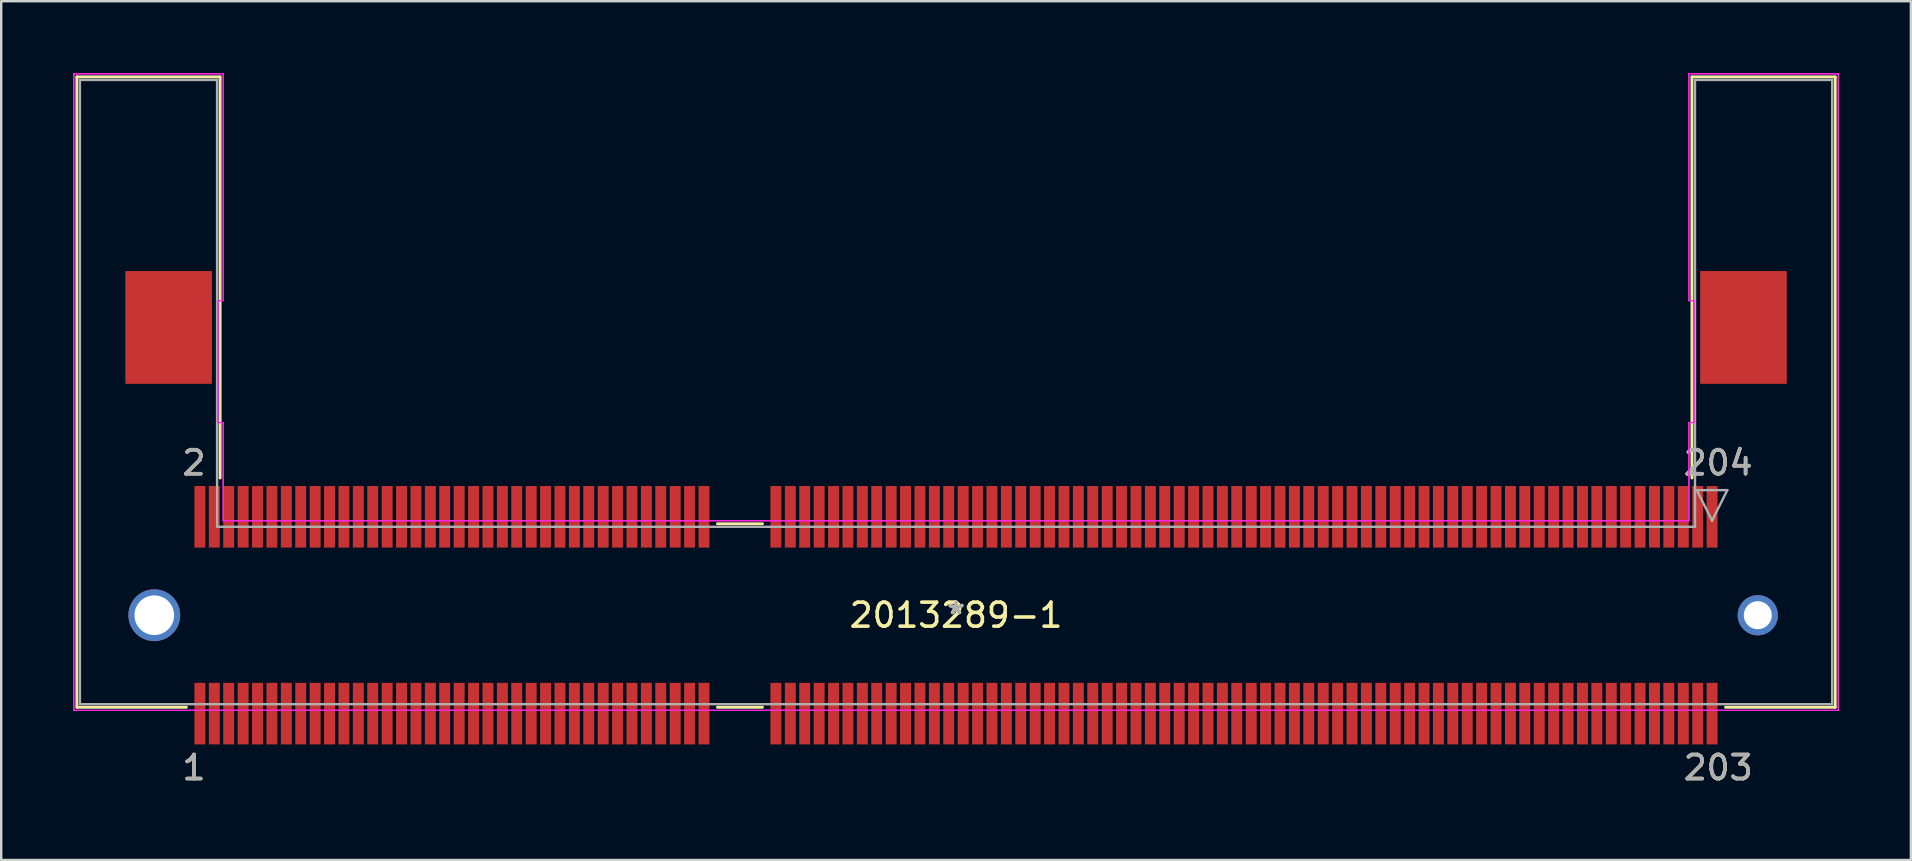
<source format=kicad_pcb>
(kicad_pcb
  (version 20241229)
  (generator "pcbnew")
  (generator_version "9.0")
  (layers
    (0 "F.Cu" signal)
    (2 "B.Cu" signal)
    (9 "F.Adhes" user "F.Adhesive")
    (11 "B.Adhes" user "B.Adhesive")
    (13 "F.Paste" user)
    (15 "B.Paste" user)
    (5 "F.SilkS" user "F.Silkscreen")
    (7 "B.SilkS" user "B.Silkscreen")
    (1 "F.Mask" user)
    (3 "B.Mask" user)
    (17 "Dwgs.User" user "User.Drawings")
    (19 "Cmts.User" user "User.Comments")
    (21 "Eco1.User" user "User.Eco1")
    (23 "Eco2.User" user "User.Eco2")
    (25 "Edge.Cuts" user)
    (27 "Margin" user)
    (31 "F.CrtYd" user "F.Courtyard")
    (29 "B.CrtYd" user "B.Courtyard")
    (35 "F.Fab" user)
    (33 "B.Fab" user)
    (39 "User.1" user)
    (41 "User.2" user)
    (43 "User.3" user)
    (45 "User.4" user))
  (footprint "2013289-1"
    (layer "F.Cu")
    (at 36.779 22.58)
    (property "Reference" "2013289-1" (at 0 0 0) (layer "F.SilkS") (effects (font (size 1 1) (thickness 0.15))))
    (attr through_hole)
    (fp_line (start -36.627 -22.428) (end -30.658 -22.428) (stroke (width 0.12) (type solid)) (layer "F.SilkS"))
    (fp_line (start -36.627 3.835) (end -36.627 -22.428) (stroke (width 0.12) (type solid)) (layer "F.SilkS"))
    (fp_line (start -32.063 3.835) (end -36.627 3.835) (stroke (width 0.12) (type solid)) (layer "F.SilkS"))
    (fp_line (start -30.658 -22.428) (end -30.658 -5.715) (stroke (width 0.12) (type solid)) (layer "F.SilkS"))
    (fp_line (start -9.94 -3.81) (end -8.065 -3.81) (stroke (width 0.12) (type solid)) (layer "F.SilkS"))
    (fp_line (start -8.065 3.835) (end -9.94 3.835) (stroke (width 0.12) (type solid)) (layer "F.SilkS"))
    (fp_line (start 30.658 -22.428) (end 36.627 -22.428) (stroke (width 0.12) (type solid)) (layer "F.SilkS"))
    (fp_line (start 30.658 -5.715) (end 30.658 -22.428) (stroke (width 0.12) (type solid)) (layer "F.SilkS"))
    (fp_line (start 36.627 -22.428) (end 36.627 3.835) (stroke (width 0.12) (type solid)) (layer "F.SilkS"))
    (fp_line (start 36.627 3.835) (end 32.057 3.835) (stroke (width 0.12) (type solid)) (layer "F.SilkS"))
    (fp_line (start -36.754 -22.555) (end -30.531 -22.555) (stroke (width 0.05) (type solid)) (layer "F.CrtYd"))
    (fp_line (start -36.754 -22.555) (end -30.531 -22.555) (stroke (width 0.05) (type solid)) (layer "F.CrtYd"))
    (fp_line (start -36.754 3.962) (end -36.754 -22.555) (stroke (width 0.05) (type solid)) (layer "F.CrtYd"))
    (fp_line (start -36.754 3.962) (end -36.754 -22.555) (stroke (width 0.05) (type solid)) (layer "F.CrtYd"))
    (fp_line (start -30.747 -13.106) (end -30.747 -8.026) (stroke (width 0.05) (type solid)) (layer "F.CrtYd"))
    (fp_line (start -30.747 -13.106) (end -30.747 -8.026) (stroke (width 0.05) (type solid)) (layer "F.CrtYd"))
    (fp_line (start -30.747 -8.026) (end -30.531 -8.026) (stroke (width 0.05) (type solid)) (layer "F.CrtYd"))
    (fp_line (start -30.747 -8.026) (end -30.531 -8.026) (stroke (width 0.05) (type solid)) (layer "F.CrtYd"))
    (fp_line (start -30.531 -22.555) (end -30.531 -13.106) (stroke (width 0.05) (type solid)) (layer "F.CrtYd"))
    (fp_line (start -30.531 -22.555) (end -30.531 -13.106) (stroke (width 0.05) (type solid)) (layer "F.CrtYd"))
    (fp_line (start -30.531 -13.106) (end -30.747 -13.106) (stroke (width 0.05) (type solid)) (layer "F.CrtYd"))
    (fp_line (start -30.531 -13.106) (end -30.747 -13.106) (stroke (width 0.05) (type solid)) (layer "F.CrtYd"))
    (fp_line (start -30.531 -8.026) (end -30.531 -3.937) (stroke (width 0.05) (type solid)) (layer "F.CrtYd"))
    (fp_line (start -30.531 -8.026) (end -30.531 -3.937) (stroke (width 0.05) (type solid)) (layer "F.CrtYd"))
    (fp_line (start -30.531 -3.937) (end 30.531 -3.937) (stroke (width 0.05) (type solid)) (layer "F.CrtYd"))
    (fp_line (start -30.531 -3.937) (end 30.531 -3.937) (stroke (width 0.05) (type solid)) (layer "F.CrtYd"))
    (fp_line (start 30.531 -22.555) (end 36.754 -22.555) (stroke (width 0.05) (type solid)) (layer "F.CrtYd"))
    (fp_line (start 30.531 -22.555) (end 36.754 -22.555) (stroke (width 0.05) (type solid)) (layer "F.CrtYd"))
    (fp_line (start 30.531 -13.106) (end 30.531 -22.555) (stroke (width 0.05) (type solid)) (layer "F.CrtYd"))
    (fp_line (start 30.531 -13.106) (end 30.531 -22.555) (stroke (width 0.05) (type solid)) (layer "F.CrtYd"))
    (fp_line (start 30.531 -8.026) (end 30.747 -8.026) (stroke (width 0.05) (type solid)) (layer "F.CrtYd"))
    (fp_line (start 30.531 -8.026) (end 30.747 -8.026) (stroke (width 0.05) (type solid)) (layer "F.CrtYd"))
    (fp_line (start 30.531 -3.937) (end 30.531 -8.026) (stroke (width 0.05) (type solid)) (layer "F.CrtYd"))
    (fp_line (start 30.531 -3.937) (end 30.531 -8.026) (stroke (width 0.05) (type solid)) (layer "F.CrtYd"))
    (fp_line (start 30.747 -13.106) (end 30.531 -13.106) (stroke (width 0.05) (type solid)) (layer "F.CrtYd"))
    (fp_line (start 30.747 -13.106) (end 30.531 -13.106) (stroke (width 0.05) (type solid)) (layer "F.CrtYd"))
    (fp_line (start 30.747 -8.026) (end 30.747 -13.106) (stroke (width 0.05) (type solid)) (layer "F.CrtYd"))
    (fp_line (start 30.747 -8.026) (end 30.747 -13.106) (stroke (width 0.05) (type solid)) (layer "F.CrtYd"))
    (fp_line (start 36.754 -22.555) (end 36.754 3.962) (stroke (width 0.05) (type solid)) (layer "F.CrtYd"))
    (fp_line (start 36.754 -22.555) (end 36.754 3.962) (stroke (width 0.05) (type solid)) (layer "F.CrtYd"))
    (fp_line (start 36.754 3.962) (end -36.754 3.962) (stroke (width 0.05) (type solid)) (layer "F.CrtYd"))
    (fp_line (start 36.754 3.962) (end -36.754 3.962) (stroke (width 0.05) (type solid)) (layer "F.CrtYd"))
    (fp_line (start -36.5 -22.301) (end -30.785 -22.301) (stroke (width 0.1) (type solid)) (layer "F.Fab"))
    (fp_line (start -36.5 3.708) (end -36.5 -22.301) (stroke (width 0.1) (type solid)) (layer "F.Fab"))
    (fp_line (start -30.785 -22.301) (end -30.785 -3.683) (stroke (width 0.1) (type solid)) (layer "F.Fab"))
    (fp_line (start -30.785 -3.683) (end 30.785 -3.683) (stroke (width 0.1) (type solid)) (layer "F.Fab"))
    (fp_line (start 30.785 -22.301) (end 36.5 -22.301) (stroke (width 0.1) (type solid)) (layer "F.Fab"))
    (fp_line (start 30.785 -3.683) (end 30.785 -22.301) (stroke (width 0.1) (type solid)) (layer "F.Fab"))
    (fp_line (start 30.861 -5.21) (end 32.131 -5.21) (stroke (width 0.1) (type solid)) (layer "F.Fab"))
    (fp_line (start 31.496 -3.94) (end 30.861 -5.21) (stroke (width 0.1) (type solid)) (layer "F.Fab"))
    (fp_line (start 32.131 -5.21) (end 31.496 -3.94) (stroke (width 0.1) (type solid)) (layer "F.Fab"))
    (fp_line (start 36.5 -22.301) (end 36.5 3.708) (stroke (width 0.1) (type solid)) (layer "F.Fab"))
    (fp_line (start 36.5 3.708) (end -36.5 3.708) (stroke (width 0.1) (type solid)) (layer "F.Fab"))
    (fp_text user "2" (at -31.75 -6.35 0) (layer "F.SilkS") (effects (font (size 1 1) (thickness 0.15))))
    (fp_text user "1" (at -31.75 6.35 0) (layer "F.SilkS") (effects (font (size 1 1) (thickness 0.15))))
    (fp_text user "*" (at 0 0 0) (layer "F.SilkS") (effects (font (size 1 1) (thickness 0.15))))
    (fp_text user "204" (at 31.75 -6.35 0) (layer "F.SilkS") (effects (font (size 1 1) (thickness 0.15))))
    (fp_text user "203" (at 31.75 6.35 0) (layer "F.SilkS") (effects (font (size 1 1) (thickness 0.15))))
    (fp_text user "203" (at 31.75 6.35 0) (layer "F.Fab") (effects (font (size 1 1) (thickness 0.15))))
    (fp_text user "204" (at 31.75 -6.35 0) (layer "F.Fab") (effects (font (size 1 1) (thickness 0.15))))
    (fp_text user "1" (at -31.75 6.35 0) (layer "F.Fab") (effects (font (size 1 1) (thickness 0.15))))
    (fp_text user "*" (at 0 0 0) (layer "F.Fab") (effects (font (size 1 1) (thickness 0.15))))
    (fp_text user "2" (at -31.75 -6.35 0) (layer "F.Fab") (effects (font (size 1 1) (thickness 0.15))))
    (pad "1" smd rect (at -31.501 4.1) (size 0.457 2.565) (layers "F.Cu" "F.Mask" "F.Paste"))
    (pad "2" smd rect (at -31.501 -4.1) (size 0.457 2.565) (layers "F.Cu" "F.Mask" "F.Paste"))
    (pad "3" smd rect (at -30.901 4.1) (size 0.457 2.565) (layers "F.Cu" "F.Mask" "F.Paste"))
    (pad "4" smd rect (at -30.901 -4.1) (size 0.457 2.565) (layers "F.Cu" "F.Mask" "F.Paste"))
    (pad "5" smd rect (at -30.301 4.1) (size 0.457 2.565) (layers "F.Cu" "F.Mask" "F.Paste"))
    (pad "6" smd rect (at -30.301 -4.1) (size 0.457 2.565) (layers "F.Cu" "F.Mask" "F.Paste"))
    (pad "7" smd rect (at -29.701 4.1) (size 0.457 2.565) (layers "F.Cu" "F.Mask" "F.Paste"))
    (pad "8" smd rect (at -29.701 -4.1) (size 0.457 2.565) (layers "F.Cu" "F.Mask" "F.Paste"))
    (pad "9" smd rect (at -29.101 4.1) (size 0.457 2.565) (layers "F.Cu" "F.Mask" "F.Paste"))
    (pad "10" smd rect (at -29.101 -4.1) (size 0.457 2.565) (layers "F.Cu" "F.Mask" "F.Paste"))
    (pad "11" smd rect (at -28.501 4.1) (size 0.457 2.565) (layers "F.Cu" "F.Mask" "F.Paste"))
    (pad "12" smd rect (at -28.501 -4.1) (size 0.457 2.565) (layers "F.Cu" "F.Mask" "F.Paste"))
    (pad "13" smd rect (at -27.901 4.1) (size 0.457 2.565) (layers "F.Cu" "F.Mask" "F.Paste"))
    (pad "14" smd rect (at -27.901 -4.1) (size 0.457 2.565) (layers "F.Cu" "F.Mask" "F.Paste"))
    (pad "15" smd rect (at -27.301 4.1) (size 0.457 2.565) (layers "F.Cu" "F.Mask" "F.Paste"))
    (pad "16" smd rect (at -27.301 -4.1) (size 0.457 2.565) (layers "F.Cu" "F.Mask" "F.Paste"))
    (pad "17" smd rect (at -26.701 4.1) (size 0.457 2.565) (layers "F.Cu" "F.Mask" "F.Paste"))
    (pad "18" smd rect (at -26.701 -4.1) (size 0.457 2.565) (layers "F.Cu" "F.Mask" "F.Paste"))
    (pad "19" smd rect (at -26.101 4.1) (size 0.457 2.565) (layers "F.Cu" "F.Mask" "F.Paste"))
    (pad "20" smd rect (at -26.101 -4.1) (size 0.457 2.565) (layers "F.Cu" "F.Mask" "F.Paste"))
    (pad "21" smd rect (at -25.501 4.1) (size 0.457 2.565) (layers "F.Cu" "F.Mask" "F.Paste"))
    (pad "22" smd rect (at -25.501 -4.1) (size 0.457 2.565) (layers "F.Cu" "F.Mask" "F.Paste"))
    (pad "23" smd rect (at -24.901 4.1) (size 0.457 2.565) (layers "F.Cu" "F.Mask" "F.Paste"))
    (pad "24" smd rect (at -24.901 -4.1) (size 0.457 2.565) (layers "F.Cu" "F.Mask" "F.Paste"))
    (pad "25" smd rect (at -24.301 4.1) (size 0.457 2.565) (layers "F.Cu" "F.Mask" "F.Paste"))
    (pad "26" smd rect (at -24.301 -4.1) (size 0.457 2.565) (layers "F.Cu" "F.Mask" "F.Paste"))
    (pad "27" smd rect (at -23.701 4.1) (size 0.457 2.565) (layers "F.Cu" "F.Mask" "F.Paste"))
    (pad "28" smd rect (at -23.701 -4.1) (size 0.457 2.565) (layers "F.Cu" "F.Mask" "F.Paste"))
    (pad "29" smd rect (at -23.101 4.1) (size 0.457 2.565) (layers "F.Cu" "F.Mask" "F.Paste"))
    (pad "30" smd rect (at -23.101 -4.1) (size 0.457 2.565) (layers "F.Cu" "F.Mask" "F.Paste"))
    (pad "31" smd rect (at -22.501 4.1) (size 0.457 2.565) (layers "F.Cu" "F.Mask" "F.Paste"))
    (pad "32" smd rect (at -22.501 -4.1) (size 0.457 2.565) (layers "F.Cu" "F.Mask" "F.Paste"))
    (pad "33" smd rect (at -21.901 4.1) (size 0.457 2.565) (layers "F.Cu" "F.Mask" "F.Paste"))
    (pad "34" smd rect (at -21.901 -4.1) (size 0.457 2.565) (layers "F.Cu" "F.Mask" "F.Paste"))
    (pad "35" smd rect (at -21.301 4.1) (size 0.457 2.565) (layers "F.Cu" "F.Mask" "F.Paste"))
    (pad "36" smd rect (at -21.301 -4.1) (size 0.457 2.565) (layers "F.Cu" "F.Mask" "F.Paste"))
    (pad "37" smd rect (at -20.701 4.1) (size 0.457 2.565) (layers "F.Cu" "F.Mask" "F.Paste"))
    (pad "38" smd rect (at -20.701 -4.1) (size 0.457 2.565) (layers "F.Cu" "F.Mask" "F.Paste"))
    (pad "39" smd rect (at -20.101 4.1) (size 0.457 2.565) (layers "F.Cu" "F.Mask" "F.Paste"))
    (pad "40" smd rect (at -20.101 -4.1) (size 0.457 2.565) (layers "F.Cu" "F.Mask" "F.Paste"))
    (pad "41" smd rect (at -19.501 4.1) (size 0.457 2.565) (layers "F.Cu" "F.Mask" "F.Paste"))
    (pad "42" smd rect (at -19.501 -4.1) (size 0.457 2.565) (layers "F.Cu" "F.Mask" "F.Paste"))
    (pad "43" smd rect (at -18.901 4.1) (size 0.457 2.565) (layers "F.Cu" "F.Mask" "F.Paste"))
    (pad "44" smd rect (at -18.901 -4.1) (size 0.457 2.565) (layers "F.Cu" "F.Mask" "F.Paste"))
    (pad "45" smd rect (at -18.301 4.1) (size 0.457 2.565) (layers "F.Cu" "F.Mask" "F.Paste"))
    (pad "46" smd rect (at -18.301 -4.1) (size 0.457 2.565) (layers "F.Cu" "F.Mask" "F.Paste"))
    (pad "47" smd rect (at -17.701 4.1) (size 0.457 2.565) (layers "F.Cu" "F.Mask" "F.Paste"))
    (pad "48" smd rect (at -17.701 -4.1) (size 0.457 2.565) (layers "F.Cu" "F.Mask" "F.Paste"))
    (pad "49" smd rect (at -17.101 4.1) (size 0.457 2.565) (layers "F.Cu" "F.Mask" "F.Paste"))
    (pad "50" smd rect (at -17.101 -4.1) (size 0.457 2.565) (layers "F.Cu" "F.Mask" "F.Paste"))
    (pad "51" smd rect (at -16.501 4.1) (size 0.457 2.565) (layers "F.Cu" "F.Mask" "F.Paste"))
    (pad "52" smd rect (at -16.501 -4.1) (size 0.457 2.565) (layers "F.Cu" "F.Mask" "F.Paste"))
    (pad "53" smd rect (at -15.901 4.1) (size 0.457 2.565) (layers "F.Cu" "F.Mask" "F.Paste"))
    (pad "54" smd rect (at -15.901 -4.1) (size 0.457 2.565) (layers "F.Cu" "F.Mask" "F.Paste"))
    (pad "55" smd rect (at -15.301 4.1) (size 0.457 2.565) (layers "F.Cu" "F.Mask" "F.Paste"))
    (pad "56" smd rect (at -15.301 -4.1) (size 0.457 2.565) (layers "F.Cu" "F.Mask" "F.Paste"))
    (pad "57" smd rect (at -14.701 4.1) (size 0.457 2.565) (layers "F.Cu" "F.Mask" "F.Paste"))
    (pad "58" smd rect (at -14.701 -4.1) (size 0.457 2.565) (layers "F.Cu" "F.Mask" "F.Paste"))
    (pad "59" smd rect (at -14.101 4.1) (size 0.457 2.565) (layers "F.Cu" "F.Mask" "F.Paste"))
    (pad "60" smd rect (at -14.101 -4.1) (size 0.457 2.565) (layers "F.Cu" "F.Mask" "F.Paste"))
    (pad "61" smd rect (at -13.501 4.1) (size 0.457 2.565) (layers "F.Cu" "F.Mask" "F.Paste"))
    (pad "62" smd rect (at -13.501 -4.1) (size 0.457 2.565) (layers "F.Cu" "F.Mask" "F.Paste"))
    (pad "63" smd rect (at -12.901 4.1) (size 0.457 2.565) (layers "F.Cu" "F.Mask" "F.Paste"))
    (pad "64" smd rect (at -12.901 -4.1) (size 0.457 2.565) (layers "F.Cu" "F.Mask" "F.Paste"))
    (pad "65" smd rect (at -12.301 4.1) (size 0.457 2.565) (layers "F.Cu" "F.Mask" "F.Paste"))
    (pad "66" smd rect (at -12.301 -4.1) (size 0.457 2.565) (layers "F.Cu" "F.Mask" "F.Paste"))
    (pad "67" smd rect (at -11.701 4.1) (size 0.457 2.565) (layers "F.Cu" "F.Mask" "F.Paste"))
    (pad "68" smd rect (at -11.701 -4.1) (size 0.457 2.565) (layers "F.Cu" "F.Mask" "F.Paste"))
    (pad "69" smd rect (at -11.101 4.1) (size 0.457 2.565) (layers "F.Cu" "F.Mask" "F.Paste"))
    (pad "70" smd rect (at -11.101 -4.1) (size 0.457 2.565) (layers "F.Cu" "F.Mask" "F.Paste"))
    (pad "71" smd rect (at -10.501 4.1) (size 0.457 2.565) (layers "F.Cu" "F.Mask" "F.Paste"))
    (pad "72" smd rect (at -10.501 -4.1) (size 0.457 2.565) (layers "F.Cu" "F.Mask" "F.Paste"))
    (pad "73" smd rect (at -7.504 4.1) (size 0.457 2.565) (layers "F.Cu" "F.Mask" "F.Paste"))
    (pad "74" smd rect (at -7.504 -4.1) (size 0.457 2.565) (layers "F.Cu" "F.Mask" "F.Paste"))
    (pad "75" smd rect (at -6.904 4.1) (size 0.457 2.565) (layers "F.Cu" "F.Mask" "F.Paste"))
    (pad "76" smd rect (at -6.904 -4.1) (size 0.457 2.565) (layers "F.Cu" "F.Mask" "F.Paste"))
    (pad "77" smd rect (at -6.304 4.1) (size 0.457 2.565) (layers "F.Cu" "F.Mask" "F.Paste"))
    (pad "78" smd rect (at -6.304 -4.1) (size 0.457 2.565) (layers "F.Cu" "F.Mask" "F.Paste"))
    (pad "79" smd rect (at -5.704 4.1) (size 0.457 2.565) (layers "F.Cu" "F.Mask" "F.Paste"))
    (pad "80" smd rect (at -5.704 -4.1) (size 0.457 2.565) (layers "F.Cu" "F.Mask" "F.Paste"))
    (pad "81" smd rect (at -5.104 4.1) (size 0.457 2.565) (layers "F.Cu" "F.Mask" "F.Paste"))
    (pad "82" smd rect (at -5.104 -4.1) (size 0.457 2.565) (layers "F.Cu" "F.Mask" "F.Paste"))
    (pad "83" smd rect (at -4.504 4.1) (size 0.457 2.565) (layers "F.Cu" "F.Mask" "F.Paste"))
    (pad "84" smd rect (at -4.504 -4.1) (size 0.457 2.565) (layers "F.Cu" "F.Mask" "F.Paste"))
    (pad "85" smd rect (at -3.904 4.1) (size 0.457 2.565) (layers "F.Cu" "F.Mask" "F.Paste"))
    (pad "86" smd rect (at -3.904 -4.1) (size 0.457 2.565) (layers "F.Cu" "F.Mask" "F.Paste"))
    (pad "87" smd rect (at -3.304 4.1) (size 0.457 2.565) (layers "F.Cu" "F.Mask" "F.Paste"))
    (pad "88" smd rect (at -3.304 -4.1) (size 0.457 2.565) (layers "F.Cu" "F.Mask" "F.Paste"))
    (pad "89" smd rect (at -2.704 4.1) (size 0.457 2.565) (layers "F.Cu" "F.Mask" "F.Paste"))
    (pad "90" smd rect (at -2.704 -4.1) (size 0.457 2.565) (layers "F.Cu" "F.Mask" "F.Paste"))
    (pad "91" smd rect (at -2.104 4.1) (size 0.457 2.565) (layers "F.Cu" "F.Mask" "F.Paste"))
    (pad "92" smd rect (at -2.104 -4.1) (size 0.457 2.565) (layers "F.Cu" "F.Mask" "F.Paste"))
    (pad "93" smd rect (at -1.504 4.1) (size 0.457 2.565) (layers "F.Cu" "F.Mask" "F.Paste"))
    (pad "94" smd rect (at -1.504 -4.1) (size 0.457 2.565) (layers "F.Cu" "F.Mask" "F.Paste"))
    (pad "95" smd rect (at -0.904 4.1) (size 0.457 2.565) (layers "F.Cu" "F.Mask" "F.Paste"))
    (pad "96" smd rect (at -0.904 -4.1) (size 0.457 2.565) (layers "F.Cu" "F.Mask" "F.Paste"))
    (pad "97" smd rect (at -0.304 4.1) (size 0.457 2.565) (layers "F.Cu" "F.Mask" "F.Paste"))
    (pad "98" smd rect (at -0.304 -4.1) (size 0.457 2.565) (layers "F.Cu" "F.Mask" "F.Paste"))
    (pad "99" smd rect (at 0.296 4.1) (size 0.457 2.565) (layers "F.Cu" "F.Mask" "F.Paste"))
    (pad "100" smd rect (at 0.296 -4.1) (size 0.457 2.565) (layers "F.Cu" "F.Mask" "F.Paste"))
    (pad "101" smd rect (at 0.896 4.1) (size 0.457 2.565) (layers "F.Cu" "F.Mask" "F.Paste"))
    (pad "102" smd rect (at 0.896 -4.1) (size 0.457 2.565) (layers "F.Cu" "F.Mask" "F.Paste"))
    (pad "103" smd rect (at 1.496 4.1) (size 0.457 2.565) (layers "F.Cu" "F.Mask" "F.Paste"))
    (pad "104" smd rect (at 1.496 -4.1) (size 0.457 2.565) (layers "F.Cu" "F.Mask" "F.Paste"))
    (pad "105" smd rect (at 2.096 4.1) (size 0.457 2.565) (layers "F.Cu" "F.Mask" "F.Paste"))
    (pad "106" smd rect (at 2.096 -4.1) (size 0.457 2.565) (layers "F.Cu" "F.Mask" "F.Paste"))
    (pad "107" smd rect (at 2.696 4.1) (size 0.457 2.565) (layers "F.Cu" "F.Mask" "F.Paste"))
    (pad "108" smd rect (at 2.696 -4.1) (size 0.457 2.565) (layers "F.Cu" "F.Mask" "F.Paste"))
    (pad "109" smd rect (at 3.296 4.1) (size 0.457 2.565) (layers "F.Cu" "F.Mask" "F.Paste"))
    (pad "110" smd rect (at 3.296 -4.1) (size 0.457 2.565) (layers "F.Cu" "F.Mask" "F.Paste"))
    (pad "111" smd rect (at 3.896 4.1) (size 0.457 2.565) (layers "F.Cu" "F.Mask" "F.Paste"))
    (pad "112" smd rect (at 3.896 -4.1) (size 0.457 2.565) (layers "F.Cu" "F.Mask" "F.Paste"))
    (pad "113" smd rect (at 4.496 4.1) (size 0.457 2.565) (layers "F.Cu" "F.Mask" "F.Paste"))
    (pad "114" smd rect (at 4.496 -4.1) (size 0.457 2.565) (layers "F.Cu" "F.Mask" "F.Paste"))
    (pad "115" smd rect (at 5.096 4.1) (size 0.457 2.565) (layers "F.Cu" "F.Mask" "F.Paste"))
    (pad "116" smd rect (at 5.096 -4.1) (size 0.457 2.565) (layers "F.Cu" "F.Mask" "F.Paste"))
    (pad "117" smd rect (at 5.696 4.1) (size 0.457 2.565) (layers "F.Cu" "F.Mask" "F.Paste"))
    (pad "118" smd rect (at 5.696 -4.1) (size 0.457 2.565) (layers "F.Cu" "F.Mask" "F.Paste"))
    (pad "119" smd rect (at 6.296 4.1) (size 0.457 2.565) (layers "F.Cu" "F.Mask" "F.Paste"))
    (pad "120" smd rect (at 6.296 -4.1) (size 0.457 2.565) (layers "F.Cu" "F.Mask" "F.Paste"))
    (pad "121" smd rect (at 6.896 4.1) (size 0.457 2.565) (layers "F.Cu" "F.Mask" "F.Paste"))
    (pad "122" smd rect (at 6.896 -4.1) (size 0.457 2.565) (layers "F.Cu" "F.Mask" "F.Paste"))
    (pad "123" smd rect (at 7.496 4.1) (size 0.457 2.565) (layers "F.Cu" "F.Mask" "F.Paste"))
    (pad "124" smd rect (at 7.496 -4.1) (size 0.457 2.565) (layers "F.Cu" "F.Mask" "F.Paste"))
    (pad "125" smd rect (at 8.096 4.1) (size 0.457 2.565) (layers "F.Cu" "F.Mask" "F.Paste"))
    (pad "126" smd rect (at 8.096 -4.1) (size 0.457 2.565) (layers "F.Cu" "F.Mask" "F.Paste"))
    (pad "127" smd rect (at 8.696 4.1) (size 0.457 2.565) (layers "F.Cu" "F.Mask" "F.Paste"))
    (pad "128" smd rect (at 8.696 -4.1) (size 0.457 2.565) (layers "F.Cu" "F.Mask" "F.Paste"))
    (pad "129" smd rect (at 9.296 4.1) (size 0.457 2.565) (layers "F.Cu" "F.Mask" "F.Paste"))
    (pad "130" smd rect (at 9.296 -4.1) (size 0.457 2.565) (layers "F.Cu" "F.Mask" "F.Paste"))
    (pad "131" smd rect (at 9.896 4.1) (size 0.457 2.565) (layers "F.Cu" "F.Mask" "F.Paste"))
    (pad "132" smd rect (at 9.896 -4.1) (size 0.457 2.565) (layers "F.Cu" "F.Mask" "F.Paste"))
    (pad "133" smd rect (at 10.496 4.1) (size 0.457 2.565) (layers "F.Cu" "F.Mask" "F.Paste"))
    (pad "134" smd rect (at 10.496 -4.1) (size 0.457 2.565) (layers "F.Cu" "F.Mask" "F.Paste"))
    (pad "135" smd rect (at 11.096 4.1) (size 0.457 2.565) (layers "F.Cu" "F.Mask" "F.Paste"))
    (pad "136" smd rect (at 11.096 -4.1) (size 0.457 2.565) (layers "F.Cu" "F.Mask" "F.Paste"))
    (pad "137" smd rect (at 11.696 4.1) (size 0.457 2.565) (layers "F.Cu" "F.Mask" "F.Paste"))
    (pad "138" smd rect (at 11.696 -4.1) (size 0.457 2.565) (layers "F.Cu" "F.Mask" "F.Paste"))
    (pad "139" smd rect (at 12.296 4.1) (size 0.457 2.565) (layers "F.Cu" "F.Mask" "F.Paste"))
    (pad "140" smd rect (at 12.296 -4.1) (size 0.457 2.565) (layers "F.Cu" "F.Mask" "F.Paste"))
    (pad "141" smd rect (at 12.896 4.1) (size 0.457 2.565) (layers "F.Cu" "F.Mask" "F.Paste"))
    (pad "142" smd rect (at 12.896 -4.1) (size 0.457 2.565) (layers "F.Cu" "F.Mask" "F.Paste"))
    (pad "143" smd rect (at 13.496 4.1) (size 0.457 2.565) (layers "F.Cu" "F.Mask" "F.Paste"))
    (pad "144" smd rect (at 13.496 -4.1) (size 0.457 2.565) (layers "F.Cu" "F.Mask" "F.Paste"))
    (pad "145" smd rect (at 14.096 4.1) (size 0.457 2.565) (layers "F.Cu" "F.Mask" "F.Paste"))
    (pad "146" smd rect (at 14.096 -4.1) (size 0.457 2.565) (layers "F.Cu" "F.Mask" "F.Paste"))
    (pad "147" smd rect (at 14.696 4.1) (size 0.457 2.565) (layers "F.Cu" "F.Mask" "F.Paste"))
    (pad "148" smd rect (at 14.696 -4.1) (size 0.457 2.565) (layers "F.Cu" "F.Mask" "F.Paste"))
    (pad "149" smd rect (at 15.296 4.1) (size 0.457 2.565) (layers "F.Cu" "F.Mask" "F.Paste"))
    (pad "150" smd rect (at 15.296 -4.1) (size 0.457 2.565) (layers "F.Cu" "F.Mask" "F.Paste"))
    (pad "151" smd rect (at 15.896 4.1) (size 0.457 2.565) (layers "F.Cu" "F.Mask" "F.Paste"))
    (pad "152" smd rect (at 15.896 -4.1) (size 0.457 2.565) (layers "F.Cu" "F.Mask" "F.Paste"))
    (pad "153" smd rect (at 16.496 4.1) (size 0.457 2.565) (layers "F.Cu" "F.Mask" "F.Paste"))
    (pad "154" smd rect (at 16.496 -4.1) (size 0.457 2.565) (layers "F.Cu" "F.Mask" "F.Paste"))
    (pad "155" smd rect (at 17.096 4.1) (size 0.457 2.565) (layers "F.Cu" "F.Mask" "F.Paste"))
    (pad "156" smd rect (at 17.096 -4.1) (size 0.457 2.565) (layers "F.Cu" "F.Mask" "F.Paste"))
    (pad "157" smd rect (at 17.696 4.1) (size 0.457 2.565) (layers "F.Cu" "F.Mask" "F.Paste"))
    (pad "158" smd rect (at 17.696 -4.1) (size 0.457 2.565) (layers "F.Cu" "F.Mask" "F.Paste"))
    (pad "159" smd rect (at 18.296 4.1) (size 0.457 2.565) (layers "F.Cu" "F.Mask" "F.Paste"))
    (pad "160" smd rect (at 18.296 -4.1) (size 0.457 2.565) (layers "F.Cu" "F.Mask" "F.Paste"))
    (pad "161" smd rect (at 18.896 4.1) (size 0.457 2.565) (layers "F.Cu" "F.Mask" "F.Paste"))
    (pad "162" smd rect (at 18.896 -4.1) (size 0.457 2.565) (layers "F.Cu" "F.Mask" "F.Paste"))
    (pad "163" smd rect (at 19.496 4.1) (size 0.457 2.565) (layers "F.Cu" "F.Mask" "F.Paste"))
    (pad "164" smd rect (at 19.496 -4.1) (size 0.457 2.565) (layers "F.Cu" "F.Mask" "F.Paste"))
    (pad "165" smd rect (at 20.096 4.1) (size 0.457 2.565) (layers "F.Cu" "F.Mask" "F.Paste"))
    (pad "166" smd rect (at 20.096 -4.1) (size 0.457 2.565) (layers "F.Cu" "F.Mask" "F.Paste"))
    (pad "167" smd rect (at 20.696 4.1) (size 0.457 2.565) (layers "F.Cu" "F.Mask" "F.Paste"))
    (pad "168" smd rect (at 20.696 -4.1) (size 0.457 2.565) (layers "F.Cu" "F.Mask" "F.Paste"))
    (pad "169" smd rect (at 21.296 4.1) (size 0.457 2.565) (layers "F.Cu" "F.Mask" "F.Paste"))
    (pad "170" smd rect (at 21.296 -4.1) (size 0.457 2.565) (layers "F.Cu" "F.Mask" "F.Paste"))
    (pad "171" smd rect (at 21.896 4.1) (size 0.457 2.565) (layers "F.Cu" "F.Mask" "F.Paste"))
    (pad "172" smd rect (at 21.896 -4.1) (size 0.457 2.565) (layers "F.Cu" "F.Mask" "F.Paste"))
    (pad "173" smd rect (at 22.496 4.1) (size 0.457 2.565) (layers "F.Cu" "F.Mask" "F.Paste"))
    (pad "174" smd rect (at 22.496 -4.1) (size 0.457 2.565) (layers "F.Cu" "F.Mask" "F.Paste"))
    (pad "175" smd rect (at 23.096 4.1) (size 0.457 2.565) (layers "F.Cu" "F.Mask" "F.Paste"))
    (pad "176" smd rect (at 23.096 -4.1) (size 0.457 2.565) (layers "F.Cu" "F.Mask" "F.Paste"))
    (pad "177" smd rect (at 23.696 4.1) (size 0.457 2.565) (layers "F.Cu" "F.Mask" "F.Paste"))
    (pad "178" smd rect (at 23.696 -4.1) (size 0.457 2.565) (layers "F.Cu" "F.Mask" "F.Paste"))
    (pad "179" smd rect (at 24.296 4.1) (size 0.457 2.565) (layers "F.Cu" "F.Mask" "F.Paste"))
    (pad "180" smd rect (at 24.296 -4.1) (size 0.457 2.565) (layers "F.Cu" "F.Mask" "F.Paste"))
    (pad "181" smd rect (at 24.896 4.1) (size 0.457 2.565) (layers "F.Cu" "F.Mask" "F.Paste"))
    (pad "182" smd rect (at 24.896 -4.1) (size 0.457 2.565) (layers "F.Cu" "F.Mask" "F.Paste"))
    (pad "183" smd rect (at 25.496 4.1) (size 0.457 2.565) (layers "F.Cu" "F.Mask" "F.Paste"))
    (pad "184" smd rect (at 25.496 -4.1) (size 0.457 2.565) (layers "F.Cu" "F.Mask" "F.Paste"))
    (pad "185" smd rect (at 26.096 4.1) (size 0.457 2.565) (layers "F.Cu" "F.Mask" "F.Paste"))
    (pad "186" smd rect (at 26.096 -4.1) (size 0.457 2.565) (layers "F.Cu" "F.Mask" "F.Paste"))
    (pad "187" smd rect (at 26.696 4.1) (size 0.457 2.565) (layers "F.Cu" "F.Mask" "F.Paste"))
    (pad "188" smd rect (at 26.696 -4.1) (size 0.457 2.565) (layers "F.Cu" "F.Mask" "F.Paste"))
    (pad "189" smd rect (at 27.296 4.1) (size 0.457 2.565) (layers "F.Cu" "F.Mask" "F.Paste"))
    (pad "190" smd rect (at 27.296 -4.1) (size 0.457 2.565) (layers "F.Cu" "F.Mask" "F.Paste"))
    (pad "191" smd rect (at 27.896 4.1) (size 0.457 2.565) (layers "F.Cu" "F.Mask" "F.Paste"))
    (pad "192" smd rect (at 27.896 -4.1) (size 0.457 2.565) (layers "F.Cu" "F.Mask" "F.Paste"))
    (pad "193" smd rect (at 28.496 4.1) (size 0.457 2.565) (layers "F.Cu" "F.Mask" "F.Paste"))
    (pad "194" smd rect (at 28.496 -4.1) (size 0.457 2.565) (layers "F.Cu" "F.Mask" "F.Paste"))
    (pad "195" smd rect (at 29.096 4.1) (size 0.457 2.565) (layers "F.Cu" "F.Mask" "F.Paste"))
    (pad "196" smd rect (at 29.096 -4.1) (size 0.457 2.565) (layers "F.Cu" "F.Mask" "F.Paste"))
    (pad "197" smd rect (at 29.696 4.1) (size 0.457 2.565) (layers "F.Cu" "F.Mask" "F.Paste"))
    (pad "198" smd rect (at 29.696 -4.1) (size 0.457 2.565) (layers "F.Cu" "F.Mask" "F.Paste"))
    (pad "199" smd rect (at 30.296 4.1) (size 0.457 2.565) (layers "F.Cu" "F.Mask" "F.Paste"))
    (pad "200" smd rect (at 30.296 -4.1) (size 0.457 2.565) (layers "F.Cu" "F.Mask" "F.Paste"))
    (pad "201" smd rect (at 30.896 4.1) (size 0.457 2.565) (layers "F.Cu" "F.Mask" "F.Paste"))
    (pad "202" smd rect (at 30.896 -4.1) (size 0.457 2.565) (layers "F.Cu" "F.Mask" "F.Paste"))
    (pad "203" smd rect (at 31.496 4.1) (size 0.457 2.565) (layers "F.Cu" "F.Mask" "F.Paste"))
    (pad "204" smd rect (at 31.496 -4.1) (size 0.457 2.565) (layers "F.Cu" "F.Mask" "F.Paste"))
    (pad "206" thru_hole circle (at -33.401 0) (size 2.159 2.159) (drill 1.651) (layers "*.Cu" "*.Mask"))
    (pad "207" thru_hole circle (at 33.401 0) (size 1.676 1.676) (drill 1.168) (layers "*.Cu" "*.Mask"))
    (pad "208" smd rect (at -32.804 -11.989) (size 3.607 4.699) (layers "F.Cu" "F.Mask" "F.Paste"))
    (pad "209" smd rect (at 32.804 -11.989) (size 3.607 4.699) (layers "F.Cu" "F.Mask" "F.Paste")))
  (gr_rect
    (start -3 -3)
    (end 76.558 32.778)
    (stroke (width 0.1) (type default))
    (fill no)
    (layer "Edge.Cuts")))
</source>
